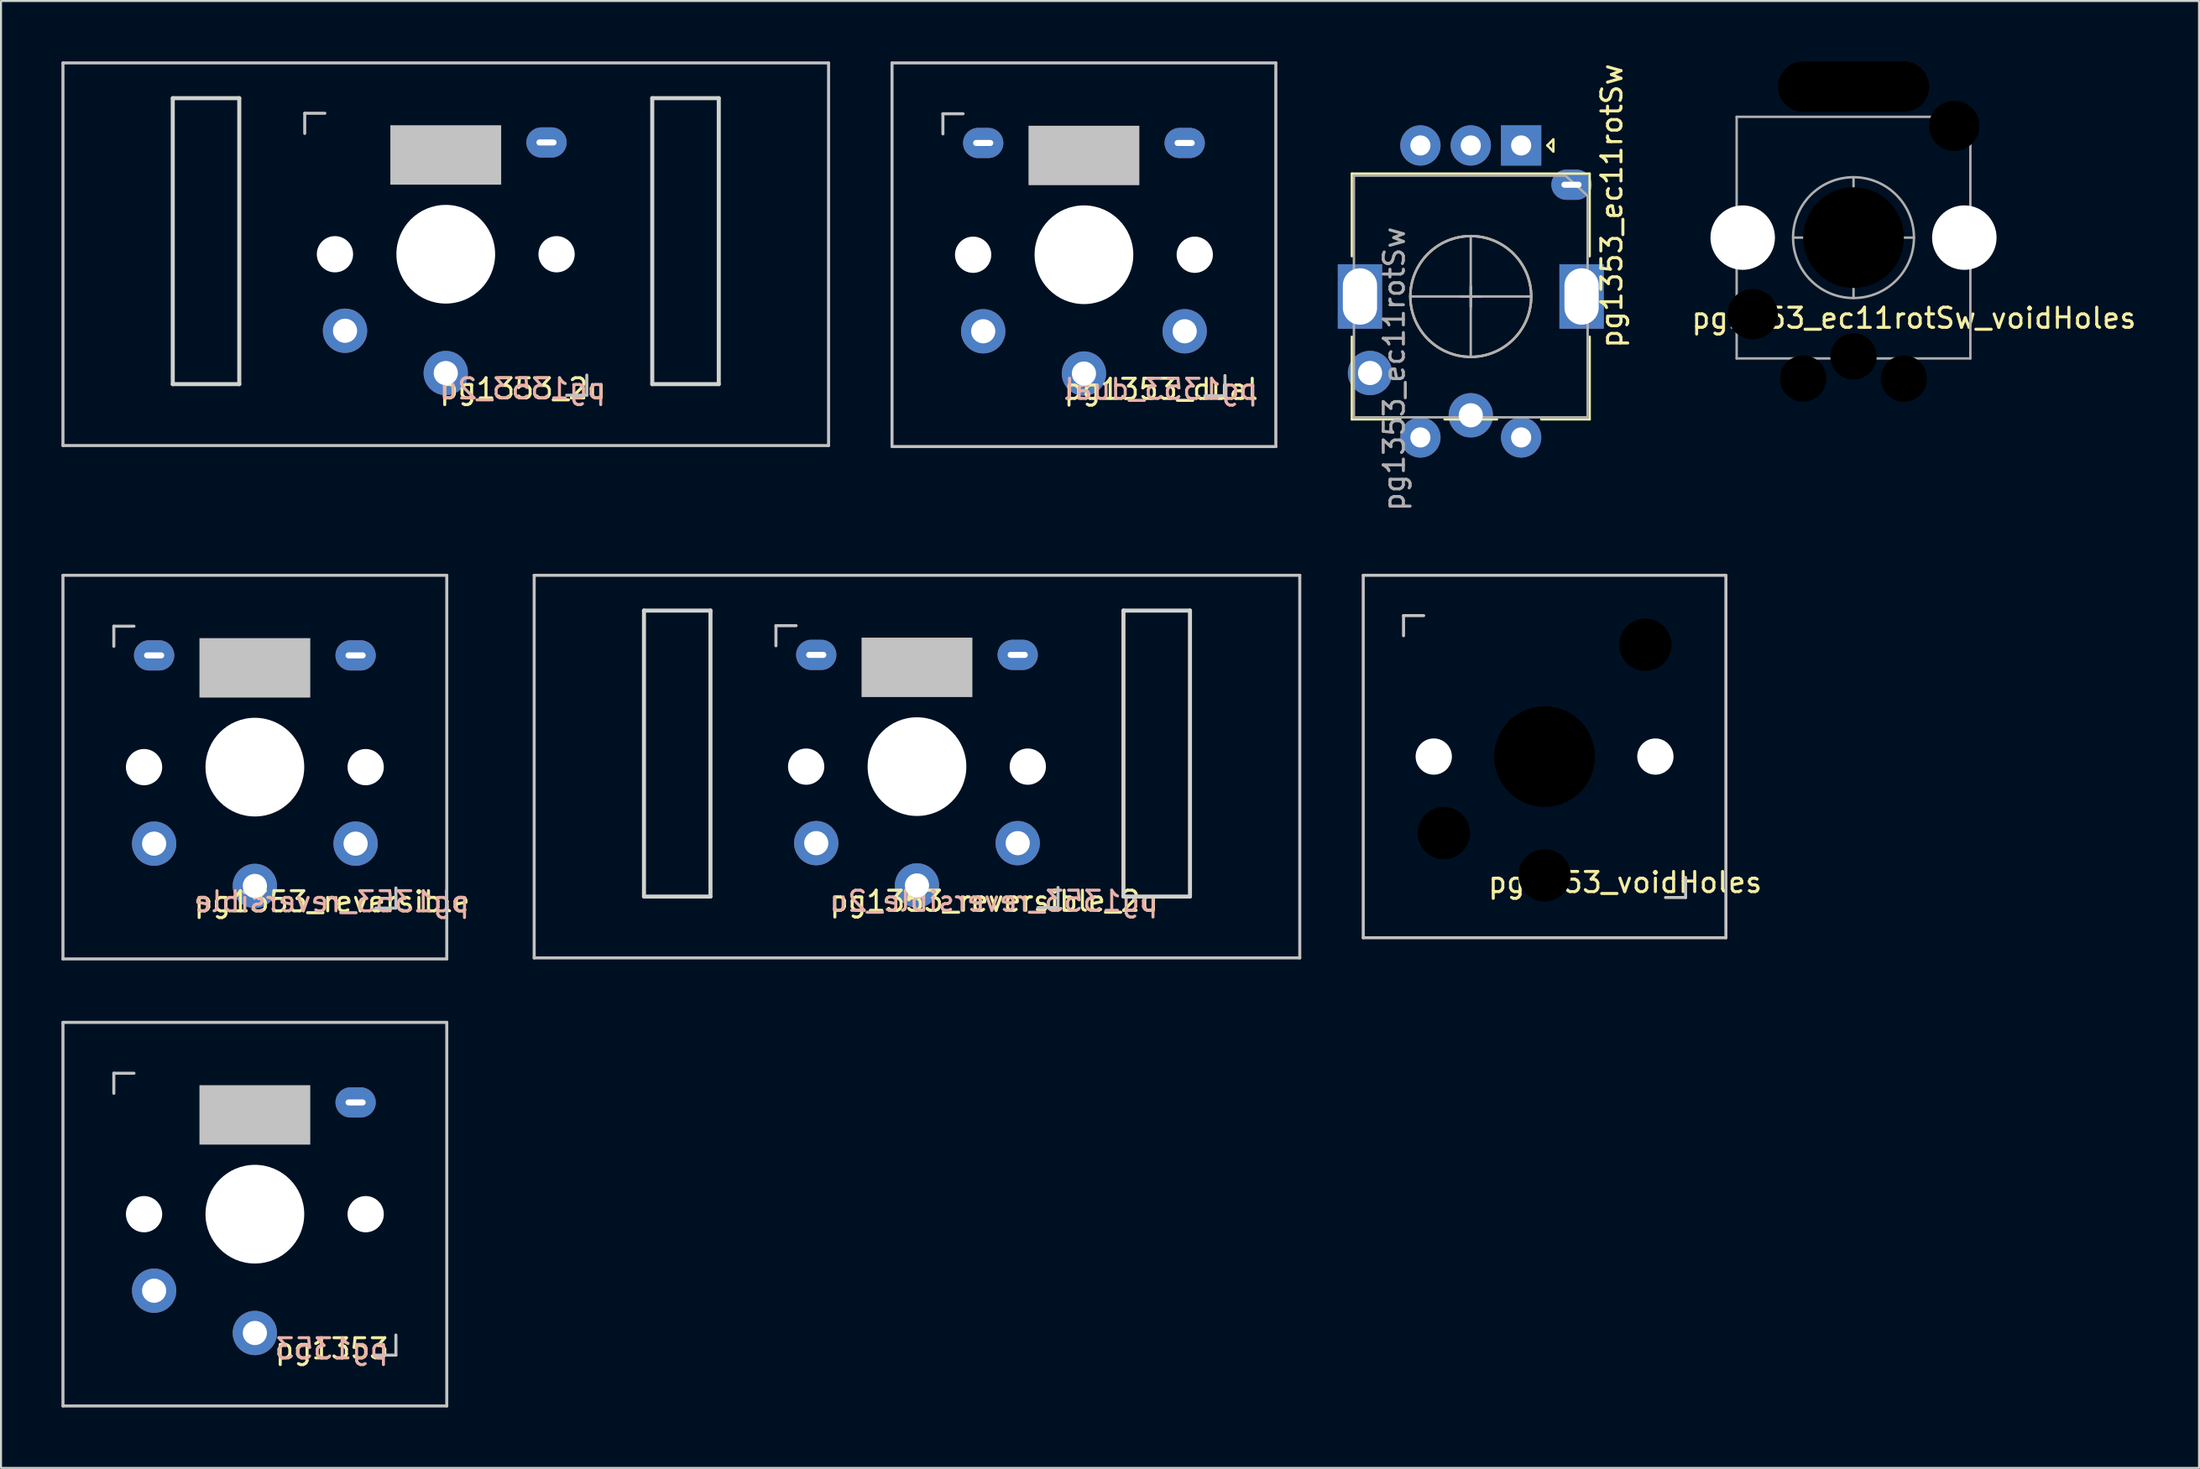
<source format=kicad_pcb>
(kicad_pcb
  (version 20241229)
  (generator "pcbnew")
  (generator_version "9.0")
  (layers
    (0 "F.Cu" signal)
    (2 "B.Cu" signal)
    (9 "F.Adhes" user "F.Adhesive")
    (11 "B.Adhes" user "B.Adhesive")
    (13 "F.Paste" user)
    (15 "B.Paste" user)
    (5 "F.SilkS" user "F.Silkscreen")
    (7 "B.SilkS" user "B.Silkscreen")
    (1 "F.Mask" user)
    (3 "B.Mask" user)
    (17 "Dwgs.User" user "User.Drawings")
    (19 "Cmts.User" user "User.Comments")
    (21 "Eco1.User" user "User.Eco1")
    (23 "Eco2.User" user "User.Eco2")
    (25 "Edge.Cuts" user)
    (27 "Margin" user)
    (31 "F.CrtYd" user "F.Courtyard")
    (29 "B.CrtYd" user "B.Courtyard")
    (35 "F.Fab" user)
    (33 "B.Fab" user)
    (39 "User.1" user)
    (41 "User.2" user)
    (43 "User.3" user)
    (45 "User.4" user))
  (footprint "pg1353_voidHoles"
    (layer "F.Cu")
    (at 73.613 34.52)
    (property "Reference" "pg1353_voidHoles" (at 4 6.25 180) (layer "F.SilkS") (effects (font (size 1 1) (thickness 0.15))))
    (attr through_hole)
    (fp_line (start -9 -9) (end 9 -9) (stroke (width 0.15) (type solid)) (layer "Dwgs.User"))
    (fp_line (start -9 9) (end -9 -9) (stroke (width 0.15) (type solid)) (layer "Dwgs.User"))
    (fp_line (start -7 -7) (end -6 -7) (stroke (width 0.15) (type solid)) (layer "Dwgs.User"))
    (fp_line (start -7 -6) (end -7 -7) (stroke (width 0.15) (type solid)) (layer "Dwgs.User"))
    (fp_line (start 6 7) (end 7 7) (stroke (width 0.15) (type solid)) (layer "Dwgs.User"))
    (fp_line (start 7 7) (end 7 6) (stroke (width 0.15) (type solid)) (layer "Dwgs.User"))
    (fp_line (start 9 -9) (end 9 9) (stroke (width 0.15) (type solid)) (layer "Dwgs.User"))
    (fp_line (start 9 9) (end -9 9) (stroke (width 0.15) (type solid)) (layer "Dwgs.User"))
    (pad "" np_thru_hole circle (at -5.5 0 90) (size 1.8 1.8) (drill 1.8) (layers "*.Cu" "*.Mask"))
    (pad "" np_thru_hole circle (at -5 3.8) (size 2.6 2.6) (drill 2.6) (layers "*.Mask"))
    (pad "" np_thru_hole circle (at 0 0 90) (size 5 5) (drill 5) (layers "*.Mask"))
    (pad "" np_thru_hole circle (at 0 5.9) (size 2.6 2.6) (drill 2.6) (layers "*.Mask"))
    (pad "" np_thru_hole circle (at 5 -5.55) (size 2.6 2.6) (drill 2.6) (layers "*.Mask"))
    (pad "" np_thru_hole circle (at 5.5 0 90) (size 1.8 1.8) (drill 1.8) (layers "*.Cu" "*.Mask")))
  (footprint "pg1353_reversible"
    (layer "F.Cu")
    (at 9.6 35.045)
    (property "Reference" "pg1353_reversible" (at 3.83 6.68 180) (layer "F.SilkS") (effects (font (size 1 1) (thickness 0.15))))
    (attr through_hole)
    (fp_line (start -9.525 -9.525) (end 9.525 -9.525) (stroke (width 0.15) (type solid)) (layer "Dwgs.User"))
    (fp_line (start -9.525 9.525) (end -9.525 -9.525) (stroke (width 0.15) (type solid)) (layer "Dwgs.User"))
    (fp_line (start -7 -7) (end -6 -7) (stroke (width 0.15) (type solid)) (layer "Dwgs.User"))
    (fp_line (start -7 -6) (end -7 -7) (stroke (width 0.15) (type solid)) (layer "Dwgs.User"))
    (fp_line (start 6 7) (end 7 7) (stroke (width 0.15) (type solid)) (layer "Dwgs.User"))
    (fp_line (start 7 7) (end 7 6) (stroke (width 0.15) (type solid)) (layer "Dwgs.User"))
    (fp_line (start 9.525 -9.525) (end 9.525 9.525) (stroke (width 0.15) (type solid)) (layer "Dwgs.User"))
    (fp_line (start 9.525 9.525) (end -9.525 9.525) (stroke (width 0.15) (type solid)) (layer "Dwgs.User"))
    (fp_text user "${REFERENCE}" (at 3.81 6.68 0) (layer "B.SilkS") (effects (font (size 1 1) (thickness 0.15)) (justify mirror)))
    (pad "" np_thru_hole circle (at -5.5 0 90) (size 1.8 1.8) (drill 1.8) (layers "*.Cu" "*.Mask"))
    (pad "" thru_hole oval (at -5 -5.55) (size 2 1.5) (drill oval 1 0.3) (layers "*.Cu" "*.Mask"))
    (pad "" smd rect (at 0 -4.93) (size 5.5 2.95) (layers "Dwgs.User"))
    (pad "" np_thru_hole circle (at 0 0 90) (size 4.9 4.9) (drill 4.9) (layers "*.Cu" "*.Mask"))
    (pad "" thru_hole oval (at 5 -5.55) (size 2 1.5) (drill oval 1 0.3) (layers "*.Cu" "*.Mask"))
    (pad "" np_thru_hole circle (at 5.5 0 90) (size 1.8 1.8) (drill 1.8) (layers "*.Cu" "*.Mask"))
    (pad "1" thru_hole circle (at -5 3.8) (size 2.2 2.2) (drill 1.2) (layers "*.Cu" "*.Mask"))
    (pad "1" thru_hole circle (at 5 3.8) (size 2.2 2.2) (drill 1.2) (layers "*.Cu" "*.Mask"))
    (pad "2" thru_hole circle (at 0 5.9) (size 2.2 2.2) (drill 1.2) (layers "*.Cu" "*.Mask")))
  (footprint "pg1353_reversible_2u"
    (layer "F.Cu")
    (at 42.463 35.02)
    (property "Reference" "pg1353_reversible_2u" (at 3.83 6.68 180) (layer "F.SilkS") (effects (font (size 1 1) (thickness 0.15))))
    (attr through_hole)
    (fp_line (start -19 -9.5) (end 19 -9.5) (stroke (width 0.15) (type solid)) (layer "Dwgs.User"))
    (fp_line (start -19 9.5) (end -19 -9.5) (stroke (width 0.15) (type solid)) (layer "Dwgs.User"))
    (fp_line (start -7 -7) (end -6 -7) (stroke (width 0.15) (type solid)) (layer "Dwgs.User"))
    (fp_line (start -7 -6) (end -7 -7) (stroke (width 0.15) (type solid)) (layer "Dwgs.User"))
    (fp_line (start 6 7) (end 7 7) (stroke (width 0.15) (type solid)) (layer "Dwgs.User"))
    (fp_line (start 7 7) (end 7 6) (stroke (width 0.15) (type solid)) (layer "Dwgs.User"))
    (fp_line (start 19 -9.5) (end 19 9.5) (stroke (width 0.15) (type solid)) (layer "Dwgs.User"))
    (fp_line (start 19 9.5) (end -19 9.5) (stroke (width 0.15) (type solid)) (layer "Dwgs.User"))
    (fp_line (start -13.55 -7.75) (end -13.55 6.451) (stroke (width 0.2) (type solid)) (layer "Edge.Cuts"))
    (fp_line (start -13.55 6.451) (end -10.249 6.451) (stroke (width 0.2) (type solid)) (layer "Edge.Cuts"))
    (fp_line (start -10.249 -7.75) (end -13.55 -7.75) (stroke (width 0.2) (type solid)) (layer "Edge.Cuts"))
    (fp_line (start -10.249 6.451) (end -10.249 -7.75) (stroke (width 0.2) (type solid)) (layer "Edge.Cuts"))
    (fp_line (start 10.249 -7.75) (end 10.249 6.451) (stroke (width 0.2) (type solid)) (layer "Edge.Cuts"))
    (fp_line (start 10.249 6.451) (end 13.55 6.451) (stroke (width 0.2) (type solid)) (layer "Edge.Cuts"))
    (fp_line (start 13.55 -7.75) (end 10.249 -7.75) (stroke (width 0.2) (type solid)) (layer "Edge.Cuts"))
    (fp_line (start 13.55 6.451) (end 13.55 -7.75) (stroke (width 0.2) (type solid)) (layer "Edge.Cuts"))
    (fp_text user "${REFERENCE}" (at 3.81 6.68 0) (layer "B.SilkS") (effects (font (size 1 1) (thickness 0.15)) (justify mirror)))
    (pad "" np_thru_hole circle (at -5.5 0 90) (size 1.8 1.8) (drill 1.8) (layers "*.Cu" "*.Mask"))
    (pad "" thru_hole oval (at -5 -5.55) (size 2 1.5) (drill oval 1 0.3) (layers "*.Cu" "*.Mask"))
    (pad "" smd rect (at 0 -4.93) (size 5.5 2.95) (layers "Dwgs.User"))
    (pad "" np_thru_hole circle (at 0 0 90) (size 4.9 4.9) (drill 4.9) (layers "*.Cu" "*.Mask"))
    (pad "" thru_hole oval (at 5 -5.55) (size 2 1.5) (drill oval 1 0.3) (layers "*.Cu" "*.Mask"))
    (pad "" np_thru_hole circle (at 5.5 0 90) (size 1.8 1.8) (drill 1.8) (layers "*.Cu" "*.Mask"))
    (pad "1" thru_hole circle (at -5 3.8) (size 2.2 2.2) (drill 1.2) (layers "*.Cu" "*.Mask"))
    (pad "1" thru_hole circle (at 5 3.8) (size 2.2 2.2) (drill 1.2) (layers "*.Cu" "*.Mask"))
    (pad "2" thru_hole circle (at 0 5.9) (size 2.2 2.2) (drill 1.2) (layers "*.Cu" "*.Mask")))
  (footprint "pg1353_ec11rotSw"
    (layer "F.Cu")
    (at 69.95 11.673)
    (property "Reference" "pg1353_ec11rotSw" (at 7 -4.5 270) (layer "F.SilkS") (effects (font (size 1 1) (thickness 0.15))))
    (attr through_hole)
    (fp_line (start -5.9 -2) (end -5.9 -6.1) (stroke (width 0.12) (type solid)) (layer "F.SilkS"))
    (fp_line (start -5.9 6.1) (end -5.9 2) (stroke (width 0.12) (type solid)) (layer "F.SilkS"))
    (fp_line (start -3.5 6.1) (end -5.9 6.1) (stroke (width 0.12) (type solid)) (layer "F.SilkS"))
    (fp_line (start 0 -0.5) (end 0 0.5) (stroke (width 0.12) (type solid)) (layer "F.SilkS"))
    (fp_line (start 0.5 0) (end -0.5 0) (stroke (width 0.12) (type solid)) (layer "F.SilkS"))
    (fp_line (start 1.3 6.1) (end -1.3 6.1) (stroke (width 0.12) (type solid)) (layer "F.SilkS"))
    (fp_line (start 3.8 -7.5) (end 4.1 -7.8) (stroke (width 0.12) (type solid)) (layer "F.SilkS"))
    (fp_line (start 4.1 -7.8) (end 4.1 -7.2) (stroke (width 0.12) (type solid)) (layer "F.SilkS"))
    (fp_line (start 4.1 -7.2) (end 3.8 -7.5) (stroke (width 0.12) (type solid)) (layer "F.SilkS"))
    (fp_line (start 5.9 -6.1) (end -5.9 -6.1) (stroke (width 0.12) (type solid)) (layer "F.SilkS"))
    (fp_line (start 5.9 -2) (end 5.9 -6.1) (stroke (width 0.12) (type solid)) (layer "F.SilkS"))
    (fp_line (start 5.9 2) (end 5.9 6.1) (stroke (width 0.12) (type solid)) (layer "F.SilkS"))
    (fp_line (start 5.9 6.1) (end 3.5 6.1) (stroke (width 0.12) (type solid)) (layer "F.SilkS"))
    (fp_circle (center 0 0) (end 0 3) (stroke (width 0.12) (type solid)) (fill no) (layer "F.SilkS"))
    (fp_line (start -5.8 -6) (end 4.7 -6) (stroke (width 0.12) (type solid)) (layer "F.Fab"))
    (fp_line (start -5.8 6) (end -5.8 -6) (stroke (width 0.12) (type solid)) (layer "F.Fab"))
    (fp_line (start 0 -3) (end 0 3) (stroke (width 0.12) (type solid)) (layer "F.Fab"))
    (fp_line (start 3 0) (end -3 0) (stroke (width 0.12) (type solid)) (layer "F.Fab"))
    (fp_line (start 4.7 -6) (end 5.8 -5) (stroke (width 0.12) (type solid)) (layer "F.Fab"))
    (fp_line (start 5.8 -5) (end 5.8 6) (stroke (width 0.12) (type solid)) (layer "F.Fab"))
    (fp_line (start 5.8 6) (end -5.8 6) (stroke (width 0.12) (type solid)) (layer "F.Fab"))
    (fp_circle (center 0 0) (end 0 3) (stroke (width 0.12) (type solid)) (fill no) (layer "F.Fab"))
    (fp_text user "${REFERENCE}" (at -3.8 3.6 270) (layer "F.Fab") (effects (font (size 1 1) (thickness 0.15))))
    (pad "" thru_hole oval (at 5 -5.55) (size 2 1.5) (drill oval 1 0.3) (layers "*.Cu" "B.Mask"))
    (pad "1" thru_hole circle (at -5 3.8) (size 2.2 2.2) (drill 1.2) (layers "*.Cu" "B.Mask"))
    (pad "2" thru_hole circle (at 0 5.9) (size 2.2 2.2) (drill 1.2) (layers "*.Cu" "B.Mask"))
    (pad "A" thru_hole rect (at 2.5 -7.5 270) (size 2 2) (drill 1) (layers "*.Cu" "B.Mask"))
    (pad "B" thru_hole circle (at -2.5 -7.5 270) (size 2 2) (drill 1) (layers "*.Cu" "B.Mask"))
    (pad "C" thru_hole circle (at 0 -7.5 270) (size 2 2) (drill 1) (layers "*.Cu" "B.Mask"))
    (pad "MP" thru_hole rect (at -5.5 0 270) (size 3.2 2.2) (drill oval 2.8 1.7) (layers "*.Cu" "*.Mask"))
    (pad "MP" thru_hole rect (at 5.5 0 270) (size 3.2 2.2) (drill oval 2.8 1.7) (layers "*.Cu" "*.Mask"))
    (pad "S1" thru_hole circle (at -2.5 7 270) (size 2 2) (drill 1) (layers "*.Cu" "B.Mask"))
    (pad "S2" thru_hole circle (at 2.5 7 270) (size 2 2) (drill 1) (layers "*.Cu" "B.Mask")))
  (footprint "pg1353_dual"
    (layer "F.Cu")
    (at 50.75 9.6)
    (property "Reference" "pg1353_dual" (at 3.83 6.68 180) (layer "F.SilkS") (effects (font (size 1 1) (thickness 0.15))))
    (attr through_hole)
    (fp_line (start -9.525 -9.525) (end 9.525 -9.525) (stroke (width 0.15) (type solid)) (layer "Dwgs.User"))
    (fp_line (start -9.525 9.525) (end -9.525 -9.525) (stroke (width 0.15) (type solid)) (layer "Dwgs.User"))
    (fp_line (start -7 -7) (end -6 -7) (stroke (width 0.15) (type solid)) (layer "Dwgs.User"))
    (fp_line (start -7 -6) (end -7 -7) (stroke (width 0.15) (type solid)) (layer "Dwgs.User"))
    (fp_line (start 6 7) (end 7 7) (stroke (width 0.15) (type solid)) (layer "Dwgs.User"))
    (fp_line (start 7 7) (end 7 6) (stroke (width 0.15) (type solid)) (layer "Dwgs.User"))
    (fp_line (start 9.525 -9.525) (end 9.525 9.525) (stroke (width 0.15) (type solid)) (layer "Dwgs.User"))
    (fp_line (start 9.525 9.525) (end -9.525 9.525) (stroke (width 0.15) (type solid)) (layer "Dwgs.User"))
    (fp_text user "${REFERENCE}" (at 3.81 6.68 0) (layer "B.SilkS") (effects (font (size 1 1) (thickness 0.15)) (justify mirror)))
    (pad "" np_thru_hole circle (at -5.5 0 90) (size 1.8 1.8) (drill 1.8) (layers "*.Cu" "*.Mask"))
    (pad "" thru_hole oval (at -5 -5.55) (size 2 1.5) (drill oval 1 0.3) (layers "*.Cu" "*.Mask"))
    (pad "" smd rect (at 0 -4.93) (size 5.5 2.95) (layers "Dwgs.User"))
    (pad "" np_thru_hole circle (at 0 0 90) (size 4.9 4.9) (drill 4.9) (layers "*.Cu" "*.Mask"))
    (pad "" thru_hole oval (at 5 -5.55) (size 2 1.5) (drill oval 1 0.3) (layers "*.Cu" "*.Mask"))
    (pad "" np_thru_hole circle (at 5.5 0 90) (size 1.8 1.8) (drill 1.8) (layers "*.Cu" "*.Mask"))
    (pad "1" thru_hole circle (at -5 3.8) (size 2.2 2.2) (drill 1.2) (layers "*.Cu" "*.Mask"))
    (pad "1" thru_hole circle (at 5 3.8) (size 2.2 2.2) (drill 1.2) (layers "*.Cu" "*.Mask"))
    (pad "2" thru_hole circle (at 0 5.9) (size 2.2 2.2) (drill 1.2) (layers "*.Cu" "*.Mask")))
  (footprint "pg1353_ec11rotSw_voidHoles"
    (layer "F.Cu")
    (at 88.947 8.75)
    (property "Reference" "pg1353_ec11rotSw_voidHoles" (at 3 4 0) (layer "F.SilkS") (effects (font (size 1 1) (thickness 0.15))))
    (attr through_hole)
    (fp_line (start -5.8 -6) (end 4.7 -6) (stroke (width 0.12) (type solid)) (layer "F.Fab"))
    (fp_line (start -5.8 6) (end -5.8 -6) (stroke (width 0.12) (type solid)) (layer "F.Fab"))
    (fp_line (start 0 -3) (end 0 3) (stroke (width 0.12) (type solid)) (layer "F.Fab"))
    (fp_line (start 3 0) (end -3 0) (stroke (width 0.12) (type solid)) (layer "F.Fab"))
    (fp_line (start 4.7 -6) (end 5.8 -5) (stroke (width 0.12) (type solid)) (layer "F.Fab"))
    (fp_line (start 5.8 -5) (end 5.8 6) (stroke (width 0.12) (type solid)) (layer "F.Fab"))
    (fp_line (start 5.8 6) (end -5.8 6) (stroke (width 0.12) (type solid)) (layer "F.Fab"))
    (fp_circle (center 0 0) (end 0 3) (stroke (width 0.12) (type solid)) (fill no) (layer "F.Fab"))
    (pad "" np_thru_hole circle (at -5.5 0 270) (size 3.2 3.2) (drill 3.2) (layers "*.Cu" "*.Mask"))
    (pad "" np_thru_hole circle (at -5 3.8) (size 2.5 2.5) (drill 2.5) (layers "*.Mask"))
    (pad "" np_thru_hole circle (at -2.5 7) (size 2.3 2.3) (drill 2.3) (layers "*.Mask"))
    (pad "" np_thru_hole oval (at 0 -7.5) (size 7.5 2.5) (drill oval 7.5 2.5) (layers "*.Mask"))
    (pad "" np_thru_hole circle (at 0 0) (size 5 5) (drill 5) (layers "*.Mask"))
    (pad "" np_thru_hole circle (at 0 5.9) (size 2.3 2.3) (drill 2.3) (layers "*.Mask"))
    (pad "" np_thru_hole circle (at 2.5 7) (size 2.3 2.3) (drill 2.3) (layers "*.Mask"))
    (pad "" np_thru_hole circle (at 5 -5.55) (size 2.5 2.5) (drill 2.5) (layers "*.Mask"))
    (pad "" np_thru_hole circle (at 5.5 0 270) (size 3.2 3.2) (drill 3.2) (layers "*.Cu" "*.Mask")))
  (footprint "pg1353"
    (layer "F.Cu")
    (at 9.6 57.245)
    (property "Reference" "pg1353" (at 3.83 6.68 180) (layer "F.SilkS") (effects (font (size 1 1) (thickness 0.15))))
    (attr through_hole)
    (fp_line (start -9.525 -9.525) (end 9.525 -9.525) (stroke (width 0.15) (type solid)) (layer "Dwgs.User"))
    (fp_line (start -9.525 9.525) (end -9.525 -9.525) (stroke (width 0.15) (type solid)) (layer "Dwgs.User"))
    (fp_line (start -7 -7) (end -6 -7) (stroke (width 0.15) (type solid)) (layer "Dwgs.User"))
    (fp_line (start -7 -6) (end -7 -7) (stroke (width 0.15) (type solid)) (layer "Dwgs.User"))
    (fp_line (start 6 7) (end 7 7) (stroke (width 0.15) (type solid)) (layer "Dwgs.User"))
    (fp_line (start 7 7) (end 7 6) (stroke (width 0.15) (type solid)) (layer "Dwgs.User"))
    (fp_line (start 9.525 -9.525) (end 9.525 9.525) (stroke (width 0.15) (type solid)) (layer "Dwgs.User"))
    (fp_line (start 9.525 9.525) (end -9.525 9.525) (stroke (width 0.15) (type solid)) (layer "Dwgs.User"))
    (fp_text user "${REFERENCE}" (at 3.81 6.68 0) (layer "B.SilkS") (effects (font (size 1 1) (thickness 0.15)) (justify mirror)))
    (pad "" np_thru_hole circle (at -5.5 0 90) (size 1.8 1.8) (drill 1.8) (layers "*.Cu" "*.Mask"))
    (pad "" smd rect (at 0 -4.93) (size 5.5 2.95) (layers "Dwgs.User"))
    (pad "" np_thru_hole circle (at 0 0 90) (size 4.9 4.9) (drill 4.9) (layers "*.Cu" "*.Mask"))
    (pad "" thru_hole oval (at 5 -5.55) (size 2 1.5) (drill oval 1 0.3) (layers "*.Cu" "B.Mask"))
    (pad "" np_thru_hole circle (at 5.5 0 90) (size 1.8 1.8) (drill 1.8) (layers "*.Cu" "*.Mask"))
    (pad "1" thru_hole circle (at -5 3.8) (size 2.2 2.2) (drill 1.2) (layers "*.Cu" "B.Mask"))
    (pad "2" thru_hole circle (at 0 5.9) (size 2.2 2.2) (drill 1.2) (layers "*.Cu" "B.Mask")))
  (footprint "pg1353_2u"
    (layer "F.Cu")
    (at 19.075 9.575)
    (property "Reference" "pg1353_2u" (at 3.83 6.68 180) (layer "F.SilkS") (effects (font (size 1 1) (thickness 0.15))))
    (attr through_hole)
    (fp_line (start -19 -9.5) (end 19 -9.5) (stroke (width 0.15) (type solid)) (layer "Dwgs.User"))
    (fp_line (start -19 9.5) (end -19 -9.5) (stroke (width 0.15) (type solid)) (layer "Dwgs.User"))
    (fp_line (start -7 -7) (end -6 -7) (stroke (width 0.15) (type solid)) (layer "Dwgs.User"))
    (fp_line (start -7 -6) (end -7 -7) (stroke (width 0.15) (type solid)) (layer "Dwgs.User"))
    (fp_line (start 6 7) (end 7 7) (stroke (width 0.15) (type solid)) (layer "Dwgs.User"))
    (fp_line (start 7 7) (end 7 6) (stroke (width 0.15) (type solid)) (layer "Dwgs.User"))
    (fp_line (start 19 -9.5) (end 19 9.5) (stroke (width 0.15) (type solid)) (layer "Dwgs.User"))
    (fp_line (start 19 9.5) (end -19 9.5) (stroke (width 0.15) (type solid)) (layer "Dwgs.User"))
    (fp_line (start -13.55 -7.75) (end -13.55 6.451) (stroke (width 0.2) (type solid)) (layer "Edge.Cuts"))
    (fp_line (start -13.55 6.451) (end -10.249 6.451) (stroke (width 0.2) (type solid)) (layer "Edge.Cuts"))
    (fp_line (start -10.249 -7.75) (end -13.55 -7.75) (stroke (width 0.2) (type solid)) (layer "Edge.Cuts"))
    (fp_line (start -10.249 6.451) (end -10.249 -7.75) (stroke (width 0.2) (type solid)) (layer "Edge.Cuts"))
    (fp_line (start 10.249 -7.75) (end 10.249 6.451) (stroke (width 0.2) (type solid)) (layer "Edge.Cuts"))
    (fp_line (start 10.249 6.451) (end 13.55 6.451) (stroke (width 0.2) (type solid)) (layer "Edge.Cuts"))
    (fp_line (start 13.55 -7.75) (end 10.249 -7.75) (stroke (width 0.2) (type solid)) (layer "Edge.Cuts"))
    (fp_line (start 13.55 6.451) (end 13.55 -7.75) (stroke (width 0.2) (type solid)) (layer "Edge.Cuts"))
    (fp_text user "${REFERENCE}" (at 3.81 6.68 0) (layer "B.SilkS") (effects (font (size 1 1) (thickness 0.15)) (justify mirror)))
    (pad "" np_thru_hole circle (at -5.5 0 90) (size 1.8 1.8) (drill 1.8) (layers "*.Cu" "*.Mask"))
    (pad "" smd rect (at 0 -4.93) (size 5.5 2.95) (layers "Dwgs.User"))
    (pad "" np_thru_hole circle (at 0 0 90) (size 4.9 4.9) (drill 4.9) (layers "*.Cu" "*.Mask"))
    (pad "" thru_hole oval (at 5 -5.55) (size 2 1.5) (drill oval 1 0.3) (layers "*.Cu" "*.Mask"))
    (pad "" np_thru_hole circle (at 5.5 0 90) (size 1.8 1.8) (drill 1.8) (layers "*.Cu" "*.Mask"))
    (pad "1" thru_hole circle (at -5 3.8) (size 2.2 2.2) (drill 1.2) (layers "*.Cu" "*.Mask"))
    (pad "2" thru_hole circle (at 0 5.9) (size 2.2 2.2) (drill 1.2) (layers "*.Cu" "*.Mask")))
  (gr_rect
    (start -3 -3)
    (end 106.096 69.845)
    (stroke (width 0.1) (type default))
    (fill no)
    (layer "Edge.Cuts")))
</source>
